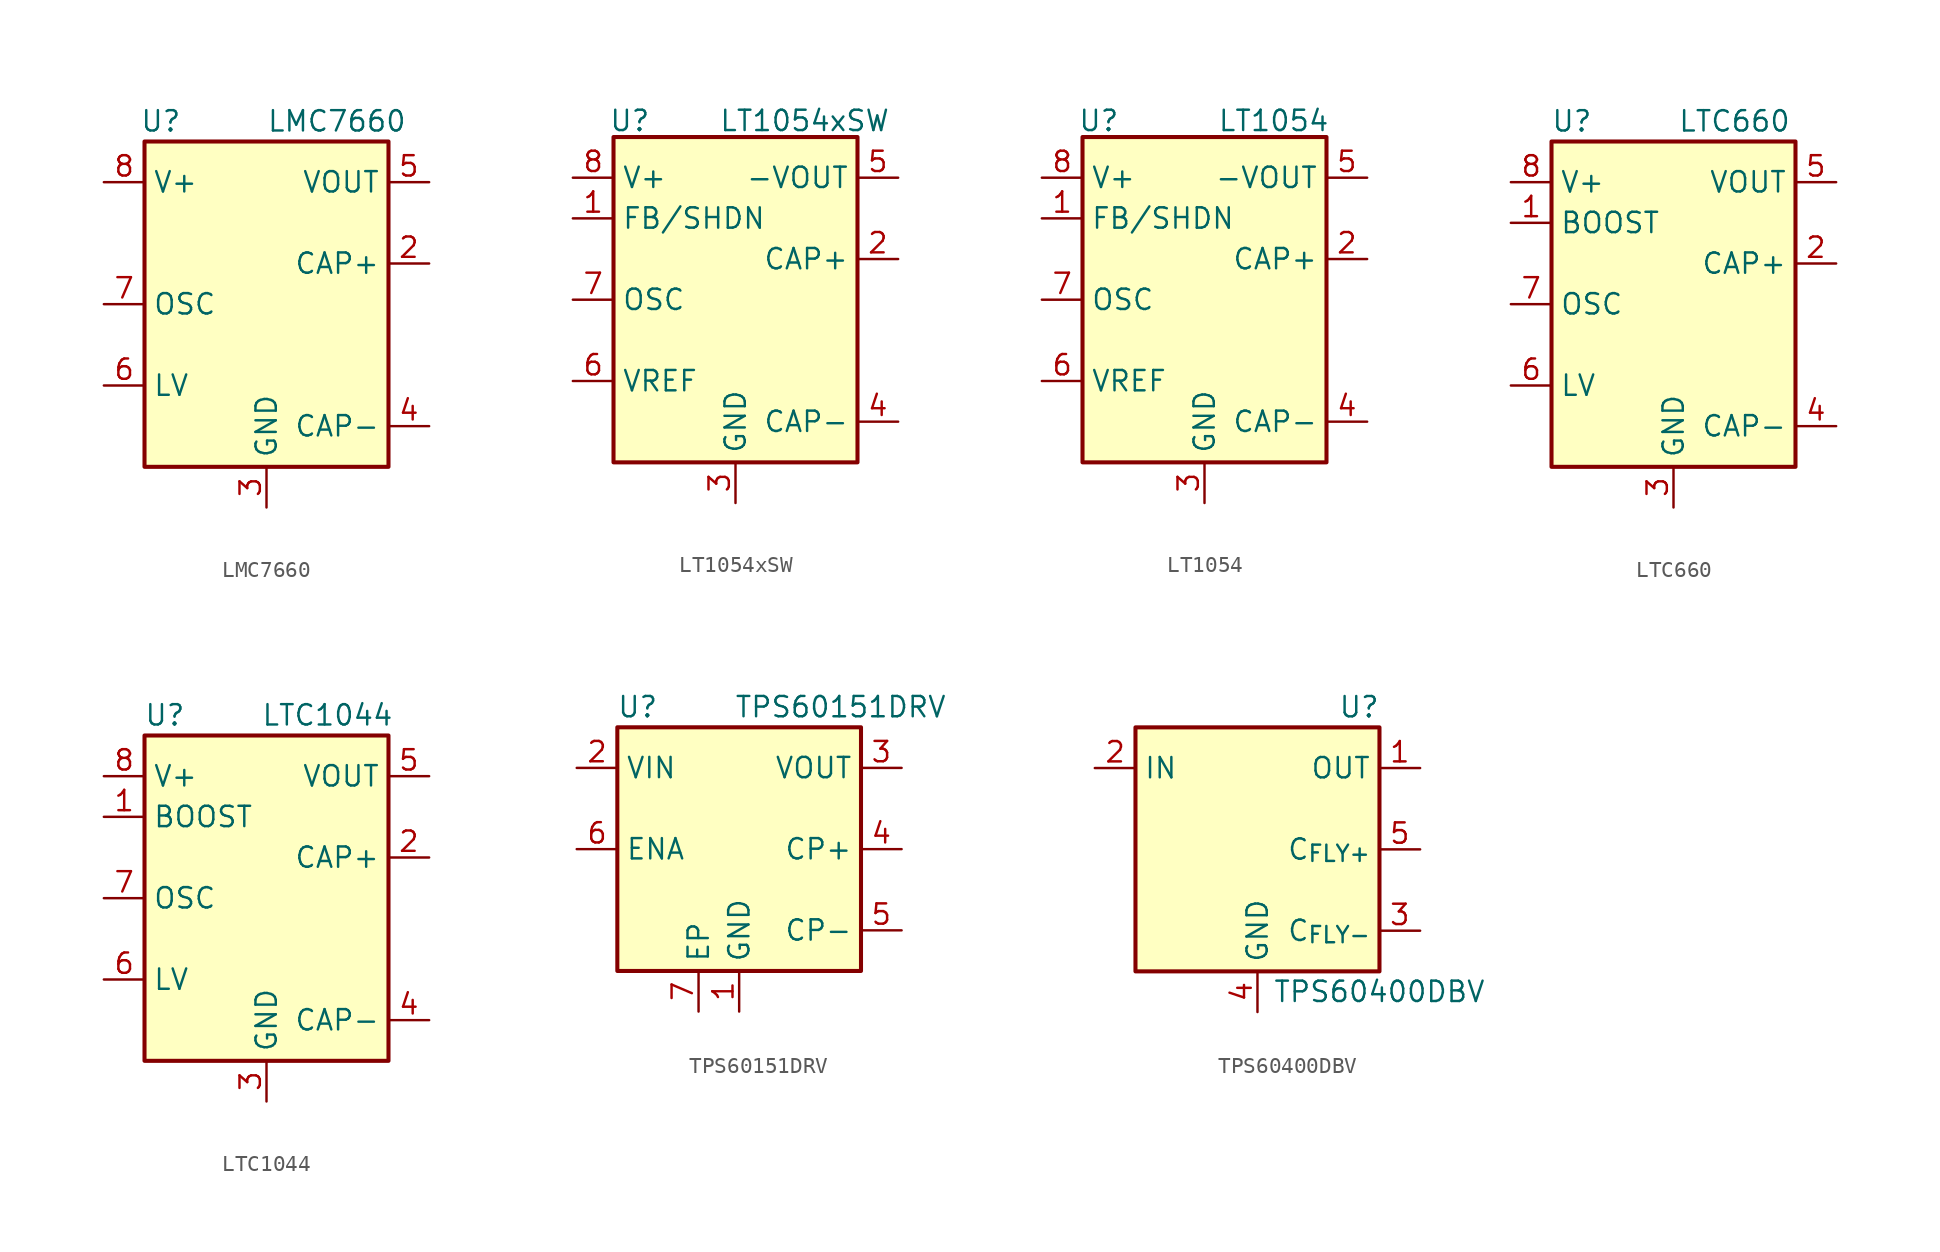
<source format=kicad_sym>
(kicad_symbol_lib
  (version 20241209)
  (generator "kicad_symbol_editor")
  (generator_version "9.0")
  (symbol "LMC7660"
    (property "Reference" "U"
      (at -6.604 11.43 0)
      (effects (font (size 1.27 1.27))))
    (property "Value" "LMC7660"
      (at 0 11.43 0)
      (effects (font (size 1.27 1.27)) (justify left)))
    (symbol "LMC7660_0_1"
      (rectangle (start -7.62 10.16) (end 7.62 -10.16) (stroke (width 0.254) (type default)) (fill (type background))))
    (symbol "LMC7660_1_1"
      (pin power_in line (at -10.16 7.62 0) (length 2.54) (name "V+" (effects (font (size 1.27 1.27)))) (number "8" (effects (font (size 1.27 1.27)))))
      (pin input line (at -10.16 0 0) (length 2.54) (name "OSC" (effects (font (size 1.27 1.27)))) (number "7" (effects (font (size 1.27 1.27)))))
      (pin input line (at -10.16 -5.08 0) (length 2.54) (name "LV" (effects (font (size 1.27 1.27)))) (number "6" (effects (font (size 1.27 1.27)))))
      (pin no_connect line (at -7.62 5.08 0) (length 2.54) (hide yes) (name "NC" (effects (font (size 1.27 1.27)))) (number "1" (effects (font (size 1.27 1.27)))))
      (pin power_in line (at 0 -12.7 90) (length 2.54) (name "GND" (effects (font (size 1.27 1.27)))) (number "3" (effects (font (size 1.27 1.27)))))
      (pin power_out line (at 10.16 7.62 180) (length 2.54) (name "VOUT" (effects (font (size 1.27 1.27)))) (number "5" (effects (font (size 1.27 1.27)))))
      (pin input line (at 10.16 2.54 180) (length 2.54) (name "CAP+" (effects (font (size 1.27 1.27)))) (number "2" (effects (font (size 1.27 1.27)))))
      (pin input line (at 10.16 -7.62 180) (length 2.54) (name "CAP-" (effects (font (size 1.27 1.27)))) (number "4" (effects (font (size 1.27 1.27)))))))
  (symbol "LT1054xSW"
    (property "Reference" "U"
      (at -6.604 11.176 0)
      (effects (font (size 1.27 1.27))))
    (property "Value" "LT1054xSW"
      (at 4.318 11.176 0)
      (effects (font (size 1.27 1.27))))
    (symbol "LT1054xSW_0_1"
      (rectangle (start -7.62 10.16) (end 7.62 -10.16) (stroke (width 0.254) (type default)) (fill (type background))))
    (symbol "LT1054xSW_1_1"
      (pin power_in line (at -10.16 7.62 0) (length 2.54) (name "V+" (effects (font (size 1.27 1.27)))) (number "8" (effects (font (size 1.27 1.27)))))
      (pin input line (at -10.16 5.08 0) (length 2.54) (name "FB/SHDN" (effects (font (size 1.27 1.27)))) (number "1" (effects (font (size 1.27 1.27)))))
      (pin input line (at -10.16 0 0) (length 2.54) (name "OSC" (effects (font (size 1.27 1.27)))) (number "7" (effects (font (size 1.27 1.27)))))
      (pin output line (at -10.16 -5.08 0) (length 2.54) (name "VREF" (effects (font (size 1.27 1.27)))) (number "6" (effects (font (size 1.27 1.27)))))
      (pin power_in line (at 0 -12.7 90) (length 2.54) (name "GND" (effects (font (size 1.27 1.27)))) (number "3" (effects (font (size 1.27 1.27)))))
      (pin power_out line (at 10.16 7.62 180) (length 2.54) (name "-VOUT" (effects (font (size 1.27 1.27)))) (number "5" (effects (font (size 1.27 1.27)))))
      (pin input line (at 10.16 2.54 180) (length 2.54) (name "CAP+" (effects (font (size 1.27 1.27)))) (number "2" (effects (font (size 1.27 1.27)))))
      (pin input line (at 10.16 -7.62 180) (length 2.54) (name "CAP-" (effects (font (size 1.27 1.27)))) (number "4" (effects (font (size 1.27 1.27)))))))
  (symbol "LT1054"
    (property "Reference" "U"
      (at -6.604 11.176 0)
      (effects (font (size 1.27 1.27))))
    (property "Value" "LT1054"
      (at 4.318 11.176 0)
      (effects (font (size 1.27 1.27))))
    (symbol "LT1054_0_1"
      (rectangle (start -7.62 10.16) (end 7.62 -10.16) (stroke (width 0.254) (type default)) (fill (type background))))
    (symbol "LT1054_1_1"
      (pin power_in line (at -10.16 7.62 0) (length 2.54) (name "V+" (effects (font (size 1.27 1.27)))) (number "8" (effects (font (size 1.27 1.27)))))
      (pin input line (at -10.16 5.08 0) (length 2.54) (name "FB/SHDN" (effects (font (size 1.27 1.27)))) (number "1" (effects (font (size 1.27 1.27)))))
      (pin input line (at -10.16 0 0) (length 2.54) (name "OSC" (effects (font (size 1.27 1.27)))) (number "7" (effects (font (size 1.27 1.27)))))
      (pin output line (at -10.16 -5.08 0) (length 2.54) (name "VREF" (effects (font (size 1.27 1.27)))) (number "6" (effects (font (size 1.27 1.27)))))
      (pin power_in line (at 0 -12.7 90) (length 2.54) (name "GND" (effects (font (size 1.27 1.27)))) (number "3" (effects (font (size 1.27 1.27)))))
      (pin power_out line (at 10.16 7.62 180) (length 2.54) (name "-VOUT" (effects (font (size 1.27 1.27)))) (number "5" (effects (font (size 1.27 1.27)))))
      (pin input line (at 10.16 2.54 180) (length 2.54) (name "CAP+" (effects (font (size 1.27 1.27)))) (number "2" (effects (font (size 1.27 1.27)))))
      (pin input line (at 10.16 -7.62 180) (length 2.54) (name "CAP-" (effects (font (size 1.27 1.27)))) (number "4" (effects (font (size 1.27 1.27)))))))
  (symbol "LTC660"
    (property "Reference" "U"
      (at -6.35 11.43 0)
      (effects (font (size 1.27 1.27))))
    (property "Value" "LTC660"
      (at 3.81 11.43 0)
      (effects (font (size 1.27 1.27))))
    (symbol "LTC660_0_1"
      (rectangle (start -7.62 10.16) (end 7.62 -10.16) (stroke (width 0.254) (type default)) (fill (type background))))
    (symbol "LTC660_1_1"
      (pin power_in line (at -10.16 7.62 0) (length 2.54) (name "V+" (effects (font (size 1.27 1.27)))) (number "8" (effects (font (size 1.27 1.27)))))
      (pin input line (at -10.16 5.08 0) (length 2.54) (name "BOOST" (effects (font (size 1.27 1.27)))) (number "1" (effects (font (size 1.27 1.27)))))
      (pin input line (at -10.16 0 0) (length 2.54) (name "OSC" (effects (font (size 1.27 1.27)))) (number "7" (effects (font (size 1.27 1.27)))))
      (pin input line (at -10.16 -5.08 0) (length 2.54) (name "LV" (effects (font (size 1.27 1.27)))) (number "6" (effects (font (size 1.27 1.27)))))
      (pin power_in line (at 0 -12.7 90) (length 2.54) (name "GND" (effects (font (size 1.27 1.27)))) (number "3" (effects (font (size 1.27 1.27)))))
      (pin power_out line (at 10.16 7.62 180) (length 2.54) (name "VOUT" (effects (font (size 1.27 1.27)))) (number "5" (effects (font (size 1.27 1.27)))))
      (pin input line (at 10.16 2.54 180) (length 2.54) (name "CAP+" (effects (font (size 1.27 1.27)))) (number "2" (effects (font (size 1.27 1.27)))))
      (pin input line (at 10.16 -7.62 180) (length 2.54) (name "CAP-" (effects (font (size 1.27 1.27)))) (number "4" (effects (font (size 1.27 1.27)))))))
  (symbol "LTC1044"
    (property "Reference" "U"
      (at -6.35 11.43 0)
      (effects (font (size 1.27 1.27))))
    (property "Value" "LTC1044"
      (at 3.81 11.43 0)
      (effects (font (size 1.27 1.27))))
    (symbol "LTC1044_0_1"
      (rectangle (start -7.62 10.16) (end 7.62 -10.16) (stroke (width 0.254) (type default)) (fill (type background))))
    (symbol "LTC1044_1_1"
      (pin power_in line (at -10.16 7.62 0) (length 2.54) (name "V+" (effects (font (size 1.27 1.27)))) (number "8" (effects (font (size 1.27 1.27)))))
      (pin input line (at -10.16 5.08 0) (length 2.54) (name "BOOST" (effects (font (size 1.27 1.27)))) (number "1" (effects (font (size 1.27 1.27)))))
      (pin input line (at -10.16 0 0) (length 2.54) (name "OSC" (effects (font (size 1.27 1.27)))) (number "7" (effects (font (size 1.27 1.27)))))
      (pin input line (at -10.16 -5.08 0) (length 2.54) (name "LV" (effects (font (size 1.27 1.27)))) (number "6" (effects (font (size 1.27 1.27)))))
      (pin power_in line (at 0 -12.7 90) (length 2.54) (name "GND" (effects (font (size 1.27 1.27)))) (number "3" (effects (font (size 1.27 1.27)))))
      (pin power_out line (at 10.16 7.62 180) (length 2.54) (name "VOUT" (effects (font (size 1.27 1.27)))) (number "5" (effects (font (size 1.27 1.27)))))
      (pin input line (at 10.16 2.54 180) (length 2.54) (name "CAP+" (effects (font (size 1.27 1.27)))) (number "2" (effects (font (size 1.27 1.27)))))
      (pin input line (at 10.16 -7.62 180) (length 2.54) (name "CAP-" (effects (font (size 1.27 1.27)))) (number "4" (effects (font (size 1.27 1.27)))))))
  (symbol "TPS60151DRV"
    (property "Reference" "U"
      (at -6.35 8.89 0)
      (effects (font (size 1.27 1.27))))
    (property "Value" "TPS60151DRV"
      (at 6.35 8.89 0)
      (effects (font (size 1.27 1.27))))
    (symbol "TPS60151DRV_0_1"
      (rectangle (start -7.62 7.62) (end 7.62 -7.62) (stroke (width 0.254) (type default)) (fill (type background))))
    (symbol "TPS60151DRV_1_1"
      (pin power_in line (at -10.16 5.08 0) (length 2.54) (name "VIN" (effects (font (size 1.27 1.27)))) (number "2" (effects (font (size 1.27 1.27)))))
      (pin input line (at -10.16 0 0) (length 2.54) (name "ENA" (effects (font (size 1.27 1.27)))) (number "6" (effects (font (size 1.27 1.27)))))
      (pin passive line (at -2.54 -10.16 90) (length 2.54) (name "EP" (effects (font (size 1.27 1.27)))) (number "7" (effects (font (size 1.27 1.27)))))
      (pin power_in line (at 0 -10.16 90) (length 2.54) (name "GND" (effects (font (size 1.27 1.27)))) (number "1" (effects (font (size 1.27 1.27)))))
      (pin power_out line (at 10.16 5.08 180) (length 2.54) (name "VOUT" (effects (font (size 1.27 1.27)))) (number "3" (effects (font (size 1.27 1.27)))))
      (pin passive line (at 10.16 0 180) (length 2.54) (name "CP+" (effects (font (size 1.27 1.27)))) (number "4" (effects (font (size 1.27 1.27)))))
      (pin passive line (at 10.16 -5.08 180) (length 2.54) (name "CP-" (effects (font (size 1.27 1.27)))) (number "5" (effects (font (size 1.27 1.27)))))))
  (symbol "TPS60400DBV"
    (property "Reference" "U"
      (at 6.35 8.89 0)
      (effects (font (size 1.27 1.27))))
    (property "Value" "TPS60400DBV"
      (at 7.62 -8.89 0)
      (effects (font (size 1.27 1.27))))
    (symbol "TPS60400DBV_1_1"
      (rectangle (start -7.62 7.62) (end 7.62 -7.62) (stroke (width 0.254) (type default)) (fill (type background)))
      (pin power_in line (at -10.16 5.08 0) (length 2.54) (name "IN" (effects (font (size 1.27 1.27)))) (number "2" (effects (font (size 1.27 1.27)))))
      (pin power_in line (at 0 -10.16 90) (length 2.54) (name "GND" (effects (font (size 1.27 1.27)))) (number "4" (effects (font (size 1.27 1.27)))))
      (pin power_out line (at 10.16 5.08 180) (length 2.54) (name "OUT" (effects (font (size 1.27 1.27)))) (number "1" (effects (font (size 1.27 1.27)))))
      (pin passive line (at 10.16 0 180) (length 2.54) (name "C_{FLY+}" (effects (font (size 1.27 1.27)))) (number "5" (effects (font (size 1.27 1.27)))))
      (pin passive line (at 10.16 -5.08 180) (length 2.54) (name "C_{FLY-}" (effects (font (size 1.27 1.27)))) (number "3" (effects (font (size 1.27 1.27))))))))
</source>
